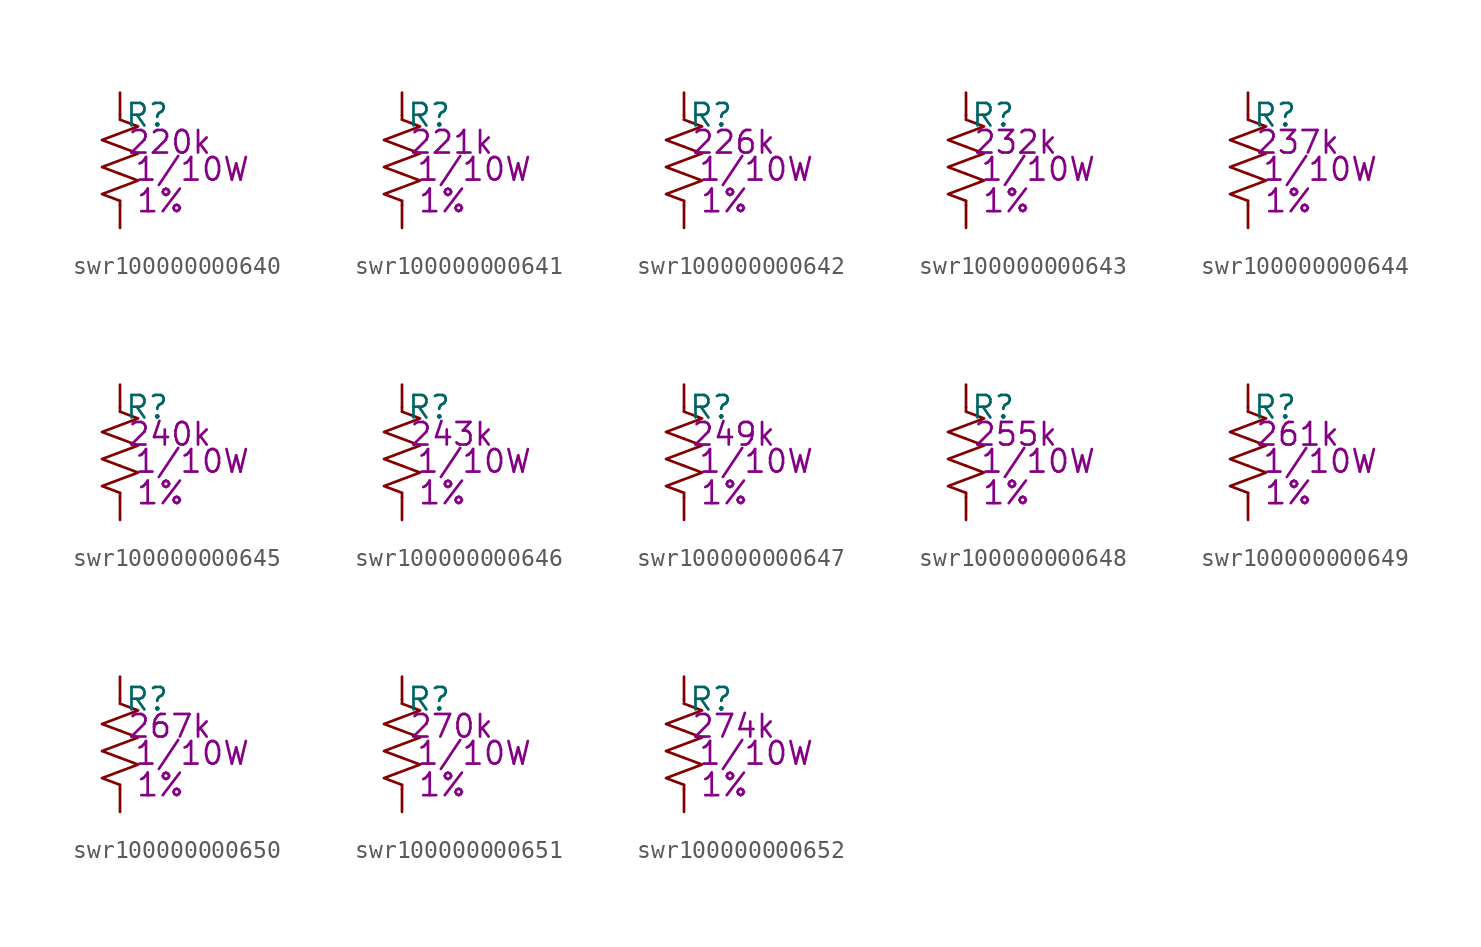
<source format=kicad_sym>
(kicad_symbol_lib
  (version 20211014)
  (generator kicad_symbol_editor)
  (symbol "swr100000000640"
    (pin_numbers hide)
    (pin_names
      (offset 1.016))
    (property "Reference" "R"
      (at 1.524 2.54 0)
      (effects (font (size 1.27 1.27))))
    (property "Tolerance" "1%"
      (at 2.286 -2.286 0)
      (effects (font (size 1.27 1.27))))
    (property "Wattage" "1/10W"
      (at 4.064 -0.508 0)
      (effects (font (size 1.27 1.27))))
    (property "PartValue" "220k"
      (at 2.794 1.016 0)
      (effects (font (size 1.27 1.27))))
    (symbol "swr100000000640_1_1"
      (polyline (pts (xy 0 -2.286) (xy 0 -2.54)) (stroke (width 0) (type default) (color 0 0 0 0)) (fill (type none)))
      (polyline (pts (xy 0 2.286) (xy 0 2.54)) (stroke (width 0) (type default) (color 0 0 0 0)) (fill (type none)))
      (polyline (pts (xy 0 -0.762) (xy 1.016 -1.143) (xy 0 -1.524) (xy -1.016 -1.905) (xy 0 -2.286)) (stroke (width 0) (type default) (color 0 0 0 0)) (fill (type none)))
      (polyline (pts (xy 0 0.762) (xy 1.016 0.381) (xy 0 0) (xy -1.016 -0.381) (xy 0 -0.762)) (stroke (width 0) (type default) (color 0 0 0 0)) (fill (type none)))
      (polyline (pts (xy 0 2.286) (xy 1.016 1.905) (xy 0 1.524) (xy -1.016 1.143) (xy 0 0.762)) (stroke (width 0) (type default) (color 0 0 0 0)) (fill (type none)))
      (pin passive line (at 0 3.81 270) (length 1.27) (name "~" (effects (font (size 1.27 1.27)))) (number "1" (effects (font (size 1.27 1.27)))))
      (pin passive line (at 0 -3.81 90) (length 1.27) (name "~" (effects (font (size 1.27 1.27)))) (number "2" (effects (font (size 1.27 1.27)))))))
  (symbol "swr100000000641"
    (pin_numbers hide)
    (pin_names
      (offset 1.016))
    (property "Reference" "R"
      (at 1.524 2.54 0)
      (effects (font (size 1.27 1.27))))
    (property "Tolerance" "1%"
      (at 2.286 -2.286 0)
      (effects (font (size 1.27 1.27))))
    (property "Wattage" "1/10W"
      (at 4.064 -0.508 0)
      (effects (font (size 1.27 1.27))))
    (property "PartValue" "221k"
      (at 2.794 1.016 0)
      (effects (font (size 1.27 1.27))))
    (symbol "swr100000000641_1_1"
      (polyline (pts (xy 0 -2.286) (xy 0 -2.54)) (stroke (width 0) (type default) (color 0 0 0 0)) (fill (type none)))
      (polyline (pts (xy 0 2.286) (xy 0 2.54)) (stroke (width 0) (type default) (color 0 0 0 0)) (fill (type none)))
      (polyline (pts (xy 0 -0.762) (xy 1.016 -1.143) (xy 0 -1.524) (xy -1.016 -1.905) (xy 0 -2.286)) (stroke (width 0) (type default) (color 0 0 0 0)) (fill (type none)))
      (polyline (pts (xy 0 0.762) (xy 1.016 0.381) (xy 0 0) (xy -1.016 -0.381) (xy 0 -0.762)) (stroke (width 0) (type default) (color 0 0 0 0)) (fill (type none)))
      (polyline (pts (xy 0 2.286) (xy 1.016 1.905) (xy 0 1.524) (xy -1.016 1.143) (xy 0 0.762)) (stroke (width 0) (type default) (color 0 0 0 0)) (fill (type none)))
      (pin passive line (at 0 3.81 270) (length 1.27) (name "~" (effects (font (size 1.27 1.27)))) (number "1" (effects (font (size 1.27 1.27)))))
      (pin passive line (at 0 -3.81 90) (length 1.27) (name "~" (effects (font (size 1.27 1.27)))) (number "2" (effects (font (size 1.27 1.27)))))))
  (symbol "swr100000000642"
    (pin_numbers hide)
    (pin_names
      (offset 1.016))
    (property "Reference" "R"
      (at 1.524 2.54 0)
      (effects (font (size 1.27 1.27))))
    (property "Tolerance" "1%"
      (at 2.286 -2.286 0)
      (effects (font (size 1.27 1.27))))
    (property "Wattage" "1/10W"
      (at 4.064 -0.508 0)
      (effects (font (size 1.27 1.27))))
    (property "PartValue" "226k"
      (at 2.794 1.016 0)
      (effects (font (size 1.27 1.27))))
    (symbol "swr100000000642_1_1"
      (polyline (pts (xy 0 -2.286) (xy 0 -2.54)) (stroke (width 0) (type default) (color 0 0 0 0)) (fill (type none)))
      (polyline (pts (xy 0 2.286) (xy 0 2.54)) (stroke (width 0) (type default) (color 0 0 0 0)) (fill (type none)))
      (polyline (pts (xy 0 -0.762) (xy 1.016 -1.143) (xy 0 -1.524) (xy -1.016 -1.905) (xy 0 -2.286)) (stroke (width 0) (type default) (color 0 0 0 0)) (fill (type none)))
      (polyline (pts (xy 0 0.762) (xy 1.016 0.381) (xy 0 0) (xy -1.016 -0.381) (xy 0 -0.762)) (stroke (width 0) (type default) (color 0 0 0 0)) (fill (type none)))
      (polyline (pts (xy 0 2.286) (xy 1.016 1.905) (xy 0 1.524) (xy -1.016 1.143) (xy 0 0.762)) (stroke (width 0) (type default) (color 0 0 0 0)) (fill (type none)))
      (pin passive line (at 0 3.81 270) (length 1.27) (name "~" (effects (font (size 1.27 1.27)))) (number "1" (effects (font (size 1.27 1.27)))))
      (pin passive line (at 0 -3.81 90) (length 1.27) (name "~" (effects (font (size 1.27 1.27)))) (number "2" (effects (font (size 1.27 1.27)))))))
  (symbol "swr100000000643"
    (pin_numbers hide)
    (pin_names
      (offset 1.016))
    (property "Reference" "R"
      (at 1.524 2.54 0)
      (effects (font (size 1.27 1.27))))
    (property "Tolerance" "1%"
      (at 2.286 -2.286 0)
      (effects (font (size 1.27 1.27))))
    (property "Wattage" "1/10W"
      (at 4.064 -0.508 0)
      (effects (font (size 1.27 1.27))))
    (property "PartValue" "232k"
      (at 2.794 1.016 0)
      (effects (font (size 1.27 1.27))))
    (symbol "swr100000000643_1_1"
      (polyline (pts (xy 0 -2.286) (xy 0 -2.54)) (stroke (width 0) (type default) (color 0 0 0 0)) (fill (type none)))
      (polyline (pts (xy 0 2.286) (xy 0 2.54)) (stroke (width 0) (type default) (color 0 0 0 0)) (fill (type none)))
      (polyline (pts (xy 0 -0.762) (xy 1.016 -1.143) (xy 0 -1.524) (xy -1.016 -1.905) (xy 0 -2.286)) (stroke (width 0) (type default) (color 0 0 0 0)) (fill (type none)))
      (polyline (pts (xy 0 0.762) (xy 1.016 0.381) (xy 0 0) (xy -1.016 -0.381) (xy 0 -0.762)) (stroke (width 0) (type default) (color 0 0 0 0)) (fill (type none)))
      (polyline (pts (xy 0 2.286) (xy 1.016 1.905) (xy 0 1.524) (xy -1.016 1.143) (xy 0 0.762)) (stroke (width 0) (type default) (color 0 0 0 0)) (fill (type none)))
      (pin passive line (at 0 3.81 270) (length 1.27) (name "~" (effects (font (size 1.27 1.27)))) (number "1" (effects (font (size 1.27 1.27)))))
      (pin passive line (at 0 -3.81 90) (length 1.27) (name "~" (effects (font (size 1.27 1.27)))) (number "2" (effects (font (size 1.27 1.27)))))))
  (symbol "swr100000000644"
    (pin_numbers hide)
    (pin_names
      (offset 1.016))
    (property "Reference" "R"
      (at 1.524 2.54 0)
      (effects (font (size 1.27 1.27))))
    (property "Tolerance" "1%"
      (at 2.286 -2.286 0)
      (effects (font (size 1.27 1.27))))
    (property "Wattage" "1/10W"
      (at 4.064 -0.508 0)
      (effects (font (size 1.27 1.27))))
    (property "PartValue" "237k"
      (at 2.794 1.016 0)
      (effects (font (size 1.27 1.27))))
    (symbol "swr100000000644_1_1"
      (polyline (pts (xy 0 -2.286) (xy 0 -2.54)) (stroke (width 0) (type default) (color 0 0 0 0)) (fill (type none)))
      (polyline (pts (xy 0 2.286) (xy 0 2.54)) (stroke (width 0) (type default) (color 0 0 0 0)) (fill (type none)))
      (polyline (pts (xy 0 -0.762) (xy 1.016 -1.143) (xy 0 -1.524) (xy -1.016 -1.905) (xy 0 -2.286)) (stroke (width 0) (type default) (color 0 0 0 0)) (fill (type none)))
      (polyline (pts (xy 0 0.762) (xy 1.016 0.381) (xy 0 0) (xy -1.016 -0.381) (xy 0 -0.762)) (stroke (width 0) (type default) (color 0 0 0 0)) (fill (type none)))
      (polyline (pts (xy 0 2.286) (xy 1.016 1.905) (xy 0 1.524) (xy -1.016 1.143) (xy 0 0.762)) (stroke (width 0) (type default) (color 0 0 0 0)) (fill (type none)))
      (pin passive line (at 0 3.81 270) (length 1.27) (name "~" (effects (font (size 1.27 1.27)))) (number "1" (effects (font (size 1.27 1.27)))))
      (pin passive line (at 0 -3.81 90) (length 1.27) (name "~" (effects (font (size 1.27 1.27)))) (number "2" (effects (font (size 1.27 1.27)))))))
  (symbol "swr100000000645"
    (pin_numbers hide)
    (pin_names
      (offset 1.016))
    (property "Reference" "R"
      (at 1.524 2.54 0)
      (effects (font (size 1.27 1.27))))
    (property "Tolerance" "1%"
      (at 2.286 -2.286 0)
      (effects (font (size 1.27 1.27))))
    (property "Wattage" "1/10W"
      (at 4.064 -0.508 0)
      (effects (font (size 1.27 1.27))))
    (property "PartValue" "240k"
      (at 2.794 1.016 0)
      (effects (font (size 1.27 1.27))))
    (symbol "swr100000000645_1_1"
      (polyline (pts (xy 0 -2.286) (xy 0 -2.54)) (stroke (width 0) (type default) (color 0 0 0 0)) (fill (type none)))
      (polyline (pts (xy 0 2.286) (xy 0 2.54)) (stroke (width 0) (type default) (color 0 0 0 0)) (fill (type none)))
      (polyline (pts (xy 0 -0.762) (xy 1.016 -1.143) (xy 0 -1.524) (xy -1.016 -1.905) (xy 0 -2.286)) (stroke (width 0) (type default) (color 0 0 0 0)) (fill (type none)))
      (polyline (pts (xy 0 0.762) (xy 1.016 0.381) (xy 0 0) (xy -1.016 -0.381) (xy 0 -0.762)) (stroke (width 0) (type default) (color 0 0 0 0)) (fill (type none)))
      (polyline (pts (xy 0 2.286) (xy 1.016 1.905) (xy 0 1.524) (xy -1.016 1.143) (xy 0 0.762)) (stroke (width 0) (type default) (color 0 0 0 0)) (fill (type none)))
      (pin passive line (at 0 3.81 270) (length 1.27) (name "~" (effects (font (size 1.27 1.27)))) (number "1" (effects (font (size 1.27 1.27)))))
      (pin passive line (at 0 -3.81 90) (length 1.27) (name "~" (effects (font (size 1.27 1.27)))) (number "2" (effects (font (size 1.27 1.27)))))))
  (symbol "swr100000000646"
    (pin_numbers hide)
    (pin_names
      (offset 1.016))
    (property "Reference" "R"
      (at 1.524 2.54 0)
      (effects (font (size 1.27 1.27))))
    (property "Tolerance" "1%"
      (at 2.286 -2.286 0)
      (effects (font (size 1.27 1.27))))
    (property "Wattage" "1/10W"
      (at 4.064 -0.508 0)
      (effects (font (size 1.27 1.27))))
    (property "PartValue" "243k"
      (at 2.794 1.016 0)
      (effects (font (size 1.27 1.27))))
    (symbol "swr100000000646_1_1"
      (polyline (pts (xy 0 -2.286) (xy 0 -2.54)) (stroke (width 0) (type default) (color 0 0 0 0)) (fill (type none)))
      (polyline (pts (xy 0 2.286) (xy 0 2.54)) (stroke (width 0) (type default) (color 0 0 0 0)) (fill (type none)))
      (polyline (pts (xy 0 -0.762) (xy 1.016 -1.143) (xy 0 -1.524) (xy -1.016 -1.905) (xy 0 -2.286)) (stroke (width 0) (type default) (color 0 0 0 0)) (fill (type none)))
      (polyline (pts (xy 0 0.762) (xy 1.016 0.381) (xy 0 0) (xy -1.016 -0.381) (xy 0 -0.762)) (stroke (width 0) (type default) (color 0 0 0 0)) (fill (type none)))
      (polyline (pts (xy 0 2.286) (xy 1.016 1.905) (xy 0 1.524) (xy -1.016 1.143) (xy 0 0.762)) (stroke (width 0) (type default) (color 0 0 0 0)) (fill (type none)))
      (pin passive line (at 0 3.81 270) (length 1.27) (name "~" (effects (font (size 1.27 1.27)))) (number "1" (effects (font (size 1.27 1.27)))))
      (pin passive line (at 0 -3.81 90) (length 1.27) (name "~" (effects (font (size 1.27 1.27)))) (number "2" (effects (font (size 1.27 1.27)))))))
  (symbol "swr100000000647"
    (pin_numbers hide)
    (pin_names
      (offset 1.016))
    (property "Reference" "R"
      (at 1.524 2.54 0)
      (effects (font (size 1.27 1.27))))
    (property "Tolerance" "1%"
      (at 2.286 -2.286 0)
      (effects (font (size 1.27 1.27))))
    (property "Wattage" "1/10W"
      (at 4.064 -0.508 0)
      (effects (font (size 1.27 1.27))))
    (property "PartValue" "249k"
      (at 2.794 1.016 0)
      (effects (font (size 1.27 1.27))))
    (symbol "swr100000000647_1_1"
      (polyline (pts (xy 0 -2.286) (xy 0 -2.54)) (stroke (width 0) (type default) (color 0 0 0 0)) (fill (type none)))
      (polyline (pts (xy 0 2.286) (xy 0 2.54)) (stroke (width 0) (type default) (color 0 0 0 0)) (fill (type none)))
      (polyline (pts (xy 0 -0.762) (xy 1.016 -1.143) (xy 0 -1.524) (xy -1.016 -1.905) (xy 0 -2.286)) (stroke (width 0) (type default) (color 0 0 0 0)) (fill (type none)))
      (polyline (pts (xy 0 0.762) (xy 1.016 0.381) (xy 0 0) (xy -1.016 -0.381) (xy 0 -0.762)) (stroke (width 0) (type default) (color 0 0 0 0)) (fill (type none)))
      (polyline (pts (xy 0 2.286) (xy 1.016 1.905) (xy 0 1.524) (xy -1.016 1.143) (xy 0 0.762)) (stroke (width 0) (type default) (color 0 0 0 0)) (fill (type none)))
      (pin passive line (at 0 3.81 270) (length 1.27) (name "~" (effects (font (size 1.27 1.27)))) (number "1" (effects (font (size 1.27 1.27)))))
      (pin passive line (at 0 -3.81 90) (length 1.27) (name "~" (effects (font (size 1.27 1.27)))) (number "2" (effects (font (size 1.27 1.27)))))))
  (symbol "swr100000000648"
    (pin_numbers hide)
    (pin_names
      (offset 1.016))
    (property "Reference" "R"
      (at 1.524 2.54 0)
      (effects (font (size 1.27 1.27))))
    (property "Tolerance" "1%"
      (at 2.286 -2.286 0)
      (effects (font (size 1.27 1.27))))
    (property "Wattage" "1/10W"
      (at 4.064 -0.508 0)
      (effects (font (size 1.27 1.27))))
    (property "PartValue" "255k"
      (at 2.794 1.016 0)
      (effects (font (size 1.27 1.27))))
    (symbol "swr100000000648_1_1"
      (polyline (pts (xy 0 -2.286) (xy 0 -2.54)) (stroke (width 0) (type default) (color 0 0 0 0)) (fill (type none)))
      (polyline (pts (xy 0 2.286) (xy 0 2.54)) (stroke (width 0) (type default) (color 0 0 0 0)) (fill (type none)))
      (polyline (pts (xy 0 -0.762) (xy 1.016 -1.143) (xy 0 -1.524) (xy -1.016 -1.905) (xy 0 -2.286)) (stroke (width 0) (type default) (color 0 0 0 0)) (fill (type none)))
      (polyline (pts (xy 0 0.762) (xy 1.016 0.381) (xy 0 0) (xy -1.016 -0.381) (xy 0 -0.762)) (stroke (width 0) (type default) (color 0 0 0 0)) (fill (type none)))
      (polyline (pts (xy 0 2.286) (xy 1.016 1.905) (xy 0 1.524) (xy -1.016 1.143) (xy 0 0.762)) (stroke (width 0) (type default) (color 0 0 0 0)) (fill (type none)))
      (pin passive line (at 0 3.81 270) (length 1.27) (name "~" (effects (font (size 1.27 1.27)))) (number "1" (effects (font (size 1.27 1.27)))))
      (pin passive line (at 0 -3.81 90) (length 1.27) (name "~" (effects (font (size 1.27 1.27)))) (number "2" (effects (font (size 1.27 1.27)))))))
  (symbol "swr100000000649"
    (pin_numbers hide)
    (pin_names
      (offset 1.016))
    (property "Reference" "R"
      (at 1.524 2.54 0)
      (effects (font (size 1.27 1.27))))
    (property "Tolerance" "1%"
      (at 2.286 -2.286 0)
      (effects (font (size 1.27 1.27))))
    (property "Wattage" "1/10W"
      (at 4.064 -0.508 0)
      (effects (font (size 1.27 1.27))))
    (property "PartValue" "261k"
      (at 2.794 1.016 0)
      (effects (font (size 1.27 1.27))))
    (symbol "swr100000000649_1_1"
      (polyline (pts (xy 0 -2.286) (xy 0 -2.54)) (stroke (width 0) (type default) (color 0 0 0 0)) (fill (type none)))
      (polyline (pts (xy 0 2.286) (xy 0 2.54)) (stroke (width 0) (type default) (color 0 0 0 0)) (fill (type none)))
      (polyline (pts (xy 0 -0.762) (xy 1.016 -1.143) (xy 0 -1.524) (xy -1.016 -1.905) (xy 0 -2.286)) (stroke (width 0) (type default) (color 0 0 0 0)) (fill (type none)))
      (polyline (pts (xy 0 0.762) (xy 1.016 0.381) (xy 0 0) (xy -1.016 -0.381) (xy 0 -0.762)) (stroke (width 0) (type default) (color 0 0 0 0)) (fill (type none)))
      (polyline (pts (xy 0 2.286) (xy 1.016 1.905) (xy 0 1.524) (xy -1.016 1.143) (xy 0 0.762)) (stroke (width 0) (type default) (color 0 0 0 0)) (fill (type none)))
      (pin passive line (at 0 3.81 270) (length 1.27) (name "~" (effects (font (size 1.27 1.27)))) (number "1" (effects (font (size 1.27 1.27)))))
      (pin passive line (at 0 -3.81 90) (length 1.27) (name "~" (effects (font (size 1.27 1.27)))) (number "2" (effects (font (size 1.27 1.27)))))))
  (symbol "swr100000000650"
    (pin_numbers hide)
    (pin_names
      (offset 1.016))
    (property "Reference" "R"
      (at 1.524 2.54 0)
      (effects (font (size 1.27 1.27))))
    (property "Tolerance" "1%"
      (at 2.286 -2.286 0)
      (effects (font (size 1.27 1.27))))
    (property "Wattage" "1/10W"
      (at 4.064 -0.508 0)
      (effects (font (size 1.27 1.27))))
    (property "PartValue" "267k"
      (at 2.794 1.016 0)
      (effects (font (size 1.27 1.27))))
    (symbol "swr100000000650_1_1"
      (polyline (pts (xy 0 -2.286) (xy 0 -2.54)) (stroke (width 0) (type default) (color 0 0 0 0)) (fill (type none)))
      (polyline (pts (xy 0 2.286) (xy 0 2.54)) (stroke (width 0) (type default) (color 0 0 0 0)) (fill (type none)))
      (polyline (pts (xy 0 -0.762) (xy 1.016 -1.143) (xy 0 -1.524) (xy -1.016 -1.905) (xy 0 -2.286)) (stroke (width 0) (type default) (color 0 0 0 0)) (fill (type none)))
      (polyline (pts (xy 0 0.762) (xy 1.016 0.381) (xy 0 0) (xy -1.016 -0.381) (xy 0 -0.762)) (stroke (width 0) (type default) (color 0 0 0 0)) (fill (type none)))
      (polyline (pts (xy 0 2.286) (xy 1.016 1.905) (xy 0 1.524) (xy -1.016 1.143) (xy 0 0.762)) (stroke (width 0) (type default) (color 0 0 0 0)) (fill (type none)))
      (pin passive line (at 0 3.81 270) (length 1.27) (name "~" (effects (font (size 1.27 1.27)))) (number "1" (effects (font (size 1.27 1.27)))))
      (pin passive line (at 0 -3.81 90) (length 1.27) (name "~" (effects (font (size 1.27 1.27)))) (number "2" (effects (font (size 1.27 1.27)))))))
  (symbol "swr100000000651"
    (pin_numbers hide)
    (pin_names
      (offset 1.016))
    (property "Reference" "R"
      (at 1.524 2.54 0)
      (effects (font (size 1.27 1.27))))
    (property "Tolerance" "1%"
      (at 2.286 -2.286 0)
      (effects (font (size 1.27 1.27))))
    (property "Wattage" "1/10W"
      (at 4.064 -0.508 0)
      (effects (font (size 1.27 1.27))))
    (property "PartValue" "270k"
      (at 2.794 1.016 0)
      (effects (font (size 1.27 1.27))))
    (symbol "swr100000000651_1_1"
      (polyline (pts (xy 0 -2.286) (xy 0 -2.54)) (stroke (width 0) (type default) (color 0 0 0 0)) (fill (type none)))
      (polyline (pts (xy 0 2.286) (xy 0 2.54)) (stroke (width 0) (type default) (color 0 0 0 0)) (fill (type none)))
      (polyline (pts (xy 0 -0.762) (xy 1.016 -1.143) (xy 0 -1.524) (xy -1.016 -1.905) (xy 0 -2.286)) (stroke (width 0) (type default) (color 0 0 0 0)) (fill (type none)))
      (polyline (pts (xy 0 0.762) (xy 1.016 0.381) (xy 0 0) (xy -1.016 -0.381) (xy 0 -0.762)) (stroke (width 0) (type default) (color 0 0 0 0)) (fill (type none)))
      (polyline (pts (xy 0 2.286) (xy 1.016 1.905) (xy 0 1.524) (xy -1.016 1.143) (xy 0 0.762)) (stroke (width 0) (type default) (color 0 0 0 0)) (fill (type none)))
      (pin passive line (at 0 3.81 270) (length 1.27) (name "~" (effects (font (size 1.27 1.27)))) (number "1" (effects (font (size 1.27 1.27)))))
      (pin passive line (at 0 -3.81 90) (length 1.27) (name "~" (effects (font (size 1.27 1.27)))) (number "2" (effects (font (size 1.27 1.27)))))))
  (symbol "swr100000000652"
    (pin_numbers hide)
    (pin_names
      (offset 1.016))
    (property "Reference" "R"
      (at 1.524 2.54 0)
      (effects (font (size 1.27 1.27))))
    (property "Tolerance" "1%"
      (at 2.286 -2.286 0)
      (effects (font (size 1.27 1.27))))
    (property "Wattage" "1/10W"
      (at 4.064 -0.508 0)
      (effects (font (size 1.27 1.27))))
    (property "PartValue" "274k"
      (at 2.794 1.016 0)
      (effects (font (size 1.27 1.27))))
    (symbol "swr100000000652_1_1"
      (polyline (pts (xy 0 -2.286) (xy 0 -2.54)) (stroke (width 0) (type default) (color 0 0 0 0)) (fill (type none)))
      (polyline (pts (xy 0 2.286) (xy 0 2.54)) (stroke (width 0) (type default) (color 0 0 0 0)) (fill (type none)))
      (polyline (pts (xy 0 -0.762) (xy 1.016 -1.143) (xy 0 -1.524) (xy -1.016 -1.905) (xy 0 -2.286)) (stroke (width 0) (type default) (color 0 0 0 0)) (fill (type none)))
      (polyline (pts (xy 0 0.762) (xy 1.016 0.381) (xy 0 0) (xy -1.016 -0.381) (xy 0 -0.762)) (stroke (width 0) (type default) (color 0 0 0 0)) (fill (type none)))
      (polyline (pts (xy 0 2.286) (xy 1.016 1.905) (xy 0 1.524) (xy -1.016 1.143) (xy 0 0.762)) (stroke (width 0) (type default) (color 0 0 0 0)) (fill (type none)))
      (pin passive line (at 0 3.81 270) (length 1.27) (name "~" (effects (font (size 1.27 1.27)))) (number "1" (effects (font (size 1.27 1.27)))))
      (pin passive line (at 0 -3.81 90) (length 1.27) (name "~" (effects (font (size 1.27 1.27)))) (number "2" (effects (font (size 1.27 1.27))))))))
</source>
